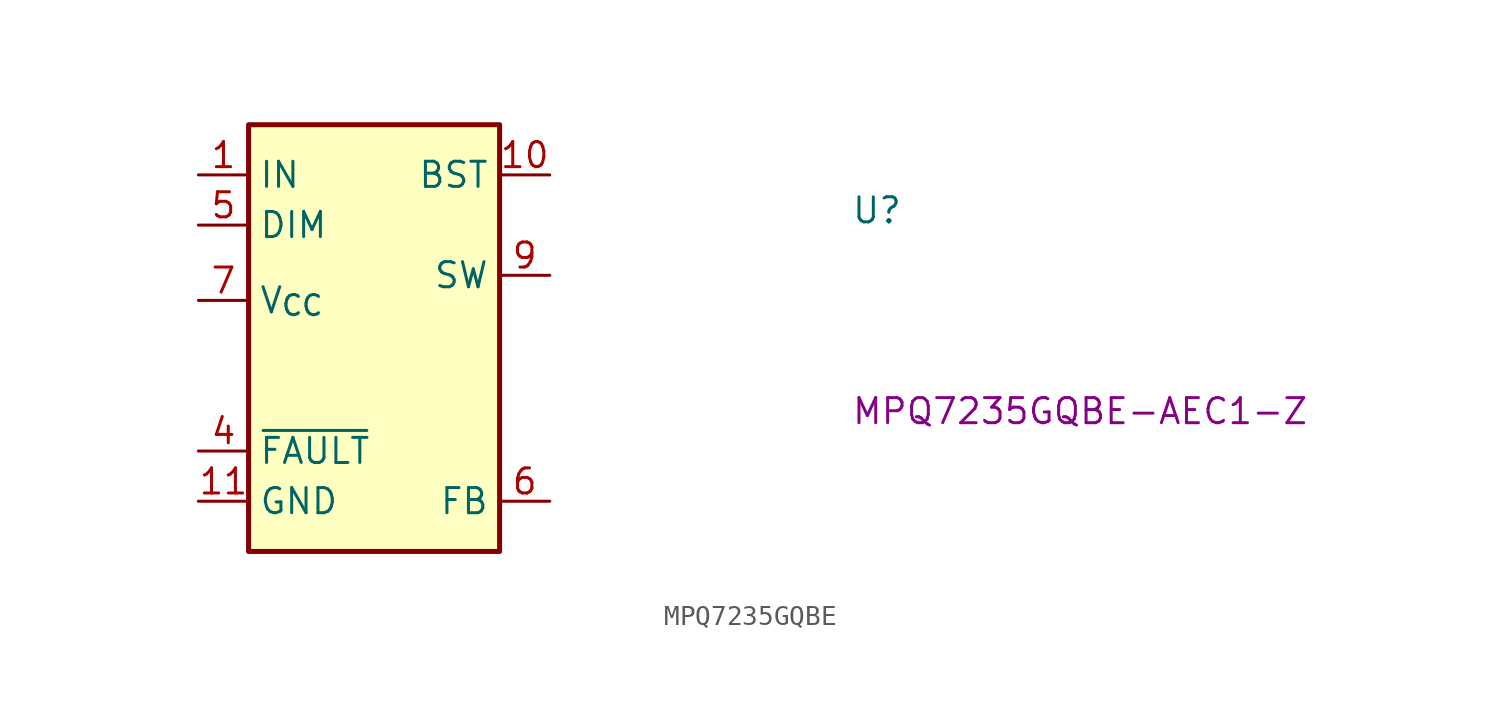
<source format=kicad_sym>
(kicad_symbol_lib
  (version 20220914)
  (generator kicad_symbol_editor)
  (symbol "MPQ7235GQBE"
    (property "Reference" "U"
      (at 33.02 -2.54 0)
      (effects (font (size 1.27 1.27) (thickness 0.15)) (justify left bottom)))
    (property "MPN" "MPQ7235GQBE-AEC1-Z"
      (at 33.02 -12.7 0)
      (effects (font (size 1.27 1.27) (thickness 0.15)) (justify left bottom)))
    (symbol "MPQ7235GQBE_1_1"
      (rectangle (start 2.54 2.54) (end 15.24 -19.05) (stroke (width 0.254) (type default)) (fill (type background)))
      (pin power_in line (at 0 0 0) (length 2.54) (name "IN" (effects (font (size 1.27 1.27)))) (number "1" (effects (font (size 1.27 1.27)))))
      (pin passive line (at 17.78 0 180) (length 2.54) (name "BST" (effects (font (size 1.27 1.27)))) (number "10" (effects (font (size 1.27 1.27)))))
      (pin passive line (at 0 -16.51 0) (length 2.54) (name "GND" (effects (font (size 1.27 1.27)))) (number "11" (effects (font (size 1.27 1.27)))))
      (pin passive line (at 0 -16.51 0) (length 2.54) hide (name "GND" (effects (font (size 1.27 1.27)))) (number "12" (effects (font (size 1.27 1.27)))))
      (pin passive line (at 0 -16.51 0) (length 2.54) hide (name "GND" (effects (font (size 1.27 1.27)))) (number "13" (effects (font (size 1.27 1.27)))))
      (pin passive line (at 0 0 0) (length 2.54) hide (name "IN" (effects (font (size 1.27 1.27)))) (number "2" (effects (font (size 1.27 1.27)))))
      (pin no_connect line (at 17.78 -8.89 180) (length 2.54) hide (name "NC" (effects (font (size 1.27 1.27)))) (number "3" (effects (font (size 1.27 1.27)))))
      (pin output line (at 0 -13.97 0) (length 2.54) (name "~{FAULT}" (effects (font (size 1.27 1.27)))) (number "4" (effects (font (size 1.27 1.27)))))
      (pin input line (at 0 -2.54 0) (length 2.54) (name "DIM" (effects (font (size 1.27 1.27)))) (number "5" (effects (font (size 1.27 1.27)))))
      (pin passive line (at 17.78 -16.51 180) (length 2.54) (name "FB" (effects (font (size 1.27 1.27)))) (number "6" (effects (font (size 1.27 1.27)))))
      (pin passive line (at 0 -6.35 0) (length 2.54) (name "V_{CC}" (effects (font (size 1.27 1.27)))) (number "7" (effects (font (size 1.27 1.27)))))
      (pin passive line (at 0 -16.51 0) (length 2.54) hide (name "GND" (effects (font (size 1.27 1.27)))) (number "8" (effects (font (size 1.27 1.27)))))
      (pin passive line (at 17.78 -5.08 180) (length 2.54) (name "SW" (effects (font (size 1.27 1.27)))) (number "9" (effects (font (size 1.27 1.27))))))))
</source>
